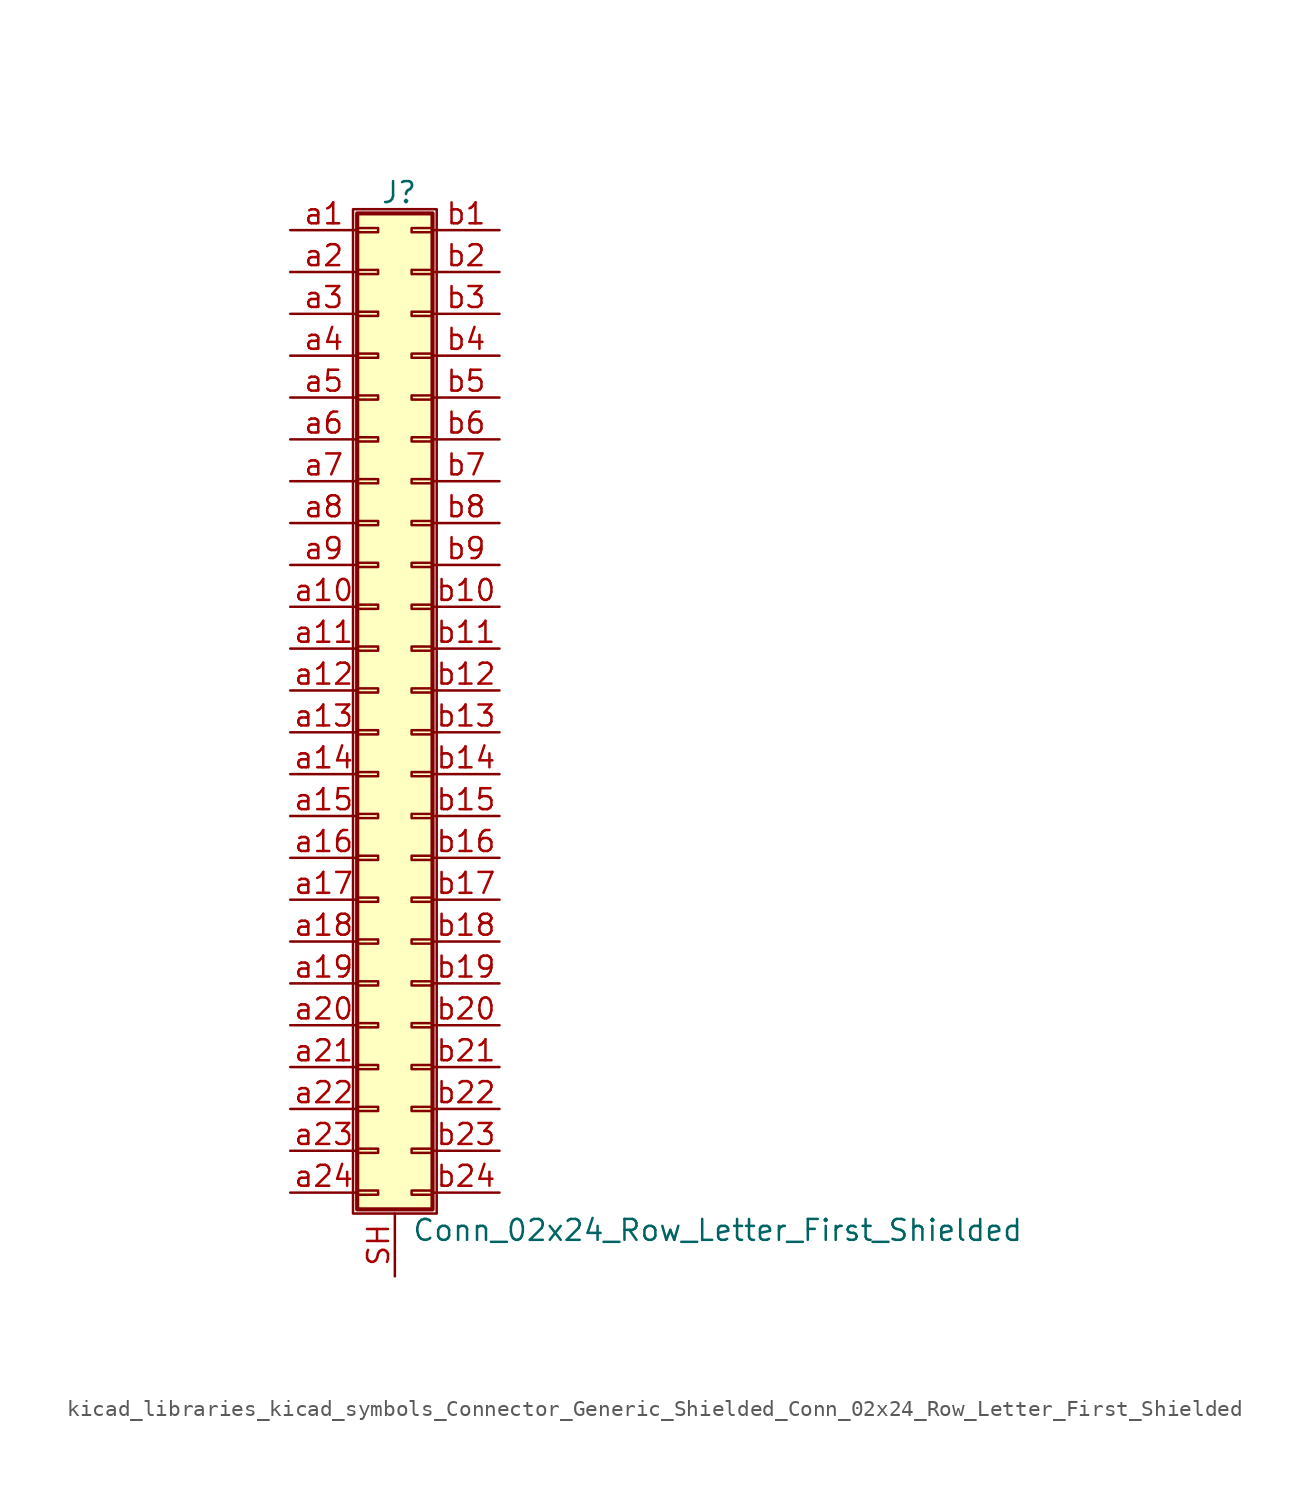
<source format=kicad_sym>
(kicad_symbol_lib
  (version 20220914)
  (generator kicad_symbol_editor)
  (symbol "kicad_libraries_kicad_symbols_Connector_Generic_Shielded_Conn_02x24_Row_Letter_First_Shielded"
    (pin_names
      (offset 1.016) hide)
    (property "Reference" "J"
      (at 1.524 30.226 0)
      (effects (font (size 1.27 1.27))))
    (property "Value" "Conn_02x24_Row_Letter_First_Shielded"
      (at 2.286 -32.766 0)
      (effects (font (size 1.27 1.27)) (justify left)))
    (symbol "kicad_libraries_kicad_symbols_Connector_Generic_Shielded_Conn_02x24_Row_Letter_First_Shielded_1_1"
      (rectangle (start -1.27 29.21) (end 3.81 -31.75) (stroke (width 0.152) (type default)) (fill (type none)))
      (rectangle (start -1.016 -30.353) (end 0.254 -30.607) (stroke (width 0.152) (type default)) (fill (type none)))
      (rectangle (start -1.016 -27.813) (end 0.254 -28.067) (stroke (width 0.152) (type default)) (fill (type none)))
      (rectangle (start -1.016 -25.273) (end 0.254 -25.527) (stroke (width 0.152) (type default)) (fill (type none)))
      (rectangle (start -1.016 -22.733) (end 0.254 -22.987) (stroke (width 0.152) (type default)) (fill (type none)))
      (rectangle (start -1.016 -20.193) (end 0.254 -20.447) (stroke (width 0.152) (type default)) (fill (type none)))
      (rectangle (start -1.016 -17.653) (end 0.254 -17.907) (stroke (width 0.152) (type default)) (fill (type none)))
      (rectangle (start -1.016 -15.113) (end 0.254 -15.367) (stroke (width 0.152) (type default)) (fill (type none)))
      (rectangle (start -1.016 -12.573) (end 0.254 -12.827) (stroke (width 0.152) (type default)) (fill (type none)))
      (rectangle (start -1.016 -10.033) (end 0.254 -10.287) (stroke (width 0.152) (type default)) (fill (type none)))
      (rectangle (start -1.016 -7.493) (end 0.254 -7.747) (stroke (width 0.152) (type default)) (fill (type none)))
      (rectangle (start -1.016 -4.953) (end 0.254 -5.207) (stroke (width 0.152) (type default)) (fill (type none)))
      (rectangle (start -1.016 -2.413) (end 0.254 -2.667) (stroke (width 0.152) (type default)) (fill (type none)))
      (rectangle (start -1.016 0.127) (end 0.254 -0.127) (stroke (width 0.152) (type default)) (fill (type none)))
      (rectangle (start -1.016 2.667) (end 0.254 2.413) (stroke (width 0.152) (type default)) (fill (type none)))
      (rectangle (start -1.016 5.207) (end 0.254 4.953) (stroke (width 0.152) (type default)) (fill (type none)))
      (rectangle (start -1.016 7.747) (end 0.254 7.493) (stroke (width 0.152) (type default)) (fill (type none)))
      (rectangle (start -1.016 10.287) (end 0.254 10.033) (stroke (width 0.152) (type default)) (fill (type none)))
      (rectangle (start -1.016 12.827) (end 0.254 12.573) (stroke (width 0.152) (type default)) (fill (type none)))
      (rectangle (start -1.016 15.367) (end 0.254 15.113) (stroke (width 0.152) (type default)) (fill (type none)))
      (rectangle (start -1.016 17.907) (end 0.254 17.653) (stroke (width 0.152) (type default)) (fill (type none)))
      (rectangle (start -1.016 20.447) (end 0.254 20.193) (stroke (width 0.152) (type default)) (fill (type none)))
      (rectangle (start -1.016 22.987) (end 0.254 22.733) (stroke (width 0.152) (type default)) (fill (type none)))
      (rectangle (start -1.016 25.527) (end 0.254 25.273) (stroke (width 0.152) (type default)) (fill (type none)))
      (rectangle (start -1.016 28.067) (end 0.254 27.813) (stroke (width 0.152) (type default)) (fill (type none)))
      (rectangle (start -1.016 28.956) (end 3.556 -31.496) (stroke (width 0.254) (type default)) (fill (type background)))
      (rectangle (start 3.556 -30.353) (end 2.286 -30.607) (stroke (width 0.152) (type default)) (fill (type none)))
      (rectangle (start 3.556 -27.813) (end 2.286 -28.067) (stroke (width 0.152) (type default)) (fill (type none)))
      (rectangle (start 3.556 -25.273) (end 2.286 -25.527) (stroke (width 0.152) (type default)) (fill (type none)))
      (rectangle (start 3.556 -22.733) (end 2.286 -22.987) (stroke (width 0.152) (type default)) (fill (type none)))
      (rectangle (start 3.556 -20.193) (end 2.286 -20.447) (stroke (width 0.152) (type default)) (fill (type none)))
      (rectangle (start 3.556 -17.653) (end 2.286 -17.907) (stroke (width 0.152) (type default)) (fill (type none)))
      (rectangle (start 3.556 -15.113) (end 2.286 -15.367) (stroke (width 0.152) (type default)) (fill (type none)))
      (rectangle (start 3.556 -12.573) (end 2.286 -12.827) (stroke (width 0.152) (type default)) (fill (type none)))
      (rectangle (start 3.556 -10.033) (end 2.286 -10.287) (stroke (width 0.152) (type default)) (fill (type none)))
      (rectangle (start 3.556 -7.493) (end 2.286 -7.747) (stroke (width 0.152) (type default)) (fill (type none)))
      (rectangle (start 3.556 -4.953) (end 2.286 -5.207) (stroke (width 0.152) (type default)) (fill (type none)))
      (rectangle (start 3.556 -2.413) (end 2.286 -2.667) (stroke (width 0.152) (type default)) (fill (type none)))
      (rectangle (start 3.556 0.127) (end 2.286 -0.127) (stroke (width 0.152) (type default)) (fill (type none)))
      (rectangle (start 3.556 2.667) (end 2.286 2.413) (stroke (width 0.152) (type default)) (fill (type none)))
      (rectangle (start 3.556 5.207) (end 2.286 4.953) (stroke (width 0.152) (type default)) (fill (type none)))
      (rectangle (start 3.556 7.747) (end 2.286 7.493) (stroke (width 0.152) (type default)) (fill (type none)))
      (rectangle (start 3.556 10.287) (end 2.286 10.033) (stroke (width 0.152) (type default)) (fill (type none)))
      (rectangle (start 3.556 12.827) (end 2.286 12.573) (stroke (width 0.152) (type default)) (fill (type none)))
      (rectangle (start 3.556 15.367) (end 2.286 15.113) (stroke (width 0.152) (type default)) (fill (type none)))
      (rectangle (start 3.556 17.907) (end 2.286 17.653) (stroke (width 0.152) (type default)) (fill (type none)))
      (rectangle (start 3.556 20.447) (end 2.286 20.193) (stroke (width 0.152) (type default)) (fill (type none)))
      (rectangle (start 3.556 22.987) (end 2.286 22.733) (stroke (width 0.152) (type default)) (fill (type none)))
      (rectangle (start 3.556 25.527) (end 2.286 25.273) (stroke (width 0.152) (type default)) (fill (type none)))
      (rectangle (start 3.556 28.067) (end 2.286 27.813) (stroke (width 0.152) (type default)) (fill (type none)))
      (pin passive line (at 1.27 -35.56 90) (length 3.81) (name "Shield" (effects (font (size 1.27 1.27)))) (number "SH" (effects (font (size 1.27 1.27)))))
      (pin passive line (at -5.08 27.94 0) (length 4.064) (name "Pin_a1" (effects (font (size 1.27 1.27)))) (number "a1" (effects (font (size 1.27 1.27)))))
      (pin passive line (at -5.08 5.08 0) (length 4.064) (name "Pin_a10" (effects (font (size 1.27 1.27)))) (number "a10" (effects (font (size 1.27 1.27)))))
      (pin passive line (at -5.08 2.54 0) (length 4.064) (name "Pin_a11" (effects (font (size 1.27 1.27)))) (number "a11" (effects (font (size 1.27 1.27)))))
      (pin passive line (at -5.08 0 0) (length 4.064) (name "Pin_a12" (effects (font (size 1.27 1.27)))) (number "a12" (effects (font (size 1.27 1.27)))))
      (pin passive line (at -5.08 -2.54 0) (length 4.064) (name "Pin_a13" (effects (font (size 1.27 1.27)))) (number "a13" (effects (font (size 1.27 1.27)))))
      (pin passive line (at -5.08 -5.08 0) (length 4.064) (name "Pin_a14" (effects (font (size 1.27 1.27)))) (number "a14" (effects (font (size 1.27 1.27)))))
      (pin passive line (at -5.08 -7.62 0) (length 4.064) (name "Pin_a15" (effects (font (size 1.27 1.27)))) (number "a15" (effects (font (size 1.27 1.27)))))
      (pin passive line (at -5.08 -10.16 0) (length 4.064) (name "Pin_a16" (effects (font (size 1.27 1.27)))) (number "a16" (effects (font (size 1.27 1.27)))))
      (pin passive line (at -5.08 -12.7 0) (length 4.064) (name "Pin_a17" (effects (font (size 1.27 1.27)))) (number "a17" (effects (font (size 1.27 1.27)))))
      (pin passive line (at -5.08 -15.24 0) (length 4.064) (name "Pin_a18" (effects (font (size 1.27 1.27)))) (number "a18" (effects (font (size 1.27 1.27)))))
      (pin passive line (at -5.08 -17.78 0) (length 4.064) (name "Pin_a19" (effects (font (size 1.27 1.27)))) (number "a19" (effects (font (size 1.27 1.27)))))
      (pin passive line (at -5.08 25.4 0) (length 4.064) (name "Pin_a2" (effects (font (size 1.27 1.27)))) (number "a2" (effects (font (size 1.27 1.27)))))
      (pin passive line (at -5.08 -20.32 0) (length 4.064) (name "Pin_a20" (effects (font (size 1.27 1.27)))) (number "a20" (effects (font (size 1.27 1.27)))))
      (pin passive line (at -5.08 -22.86 0) (length 4.064) (name "Pin_a21" (effects (font (size 1.27 1.27)))) (number "a21" (effects (font (size 1.27 1.27)))))
      (pin passive line (at -5.08 -25.4 0) (length 4.064) (name "Pin_a22" (effects (font (size 1.27 1.27)))) (number "a22" (effects (font (size 1.27 1.27)))))
      (pin passive line (at -5.08 -27.94 0) (length 4.064) (name "Pin_a23" (effects (font (size 1.27 1.27)))) (number "a23" (effects (font (size 1.27 1.27)))))
      (pin passive line (at -5.08 -30.48 0) (length 4.064) (name "Pin_a24" (effects (font (size 1.27 1.27)))) (number "a24" (effects (font (size 1.27 1.27)))))
      (pin passive line (at -5.08 22.86 0) (length 4.064) (name "Pin_a3" (effects (font (size 1.27 1.27)))) (number "a3" (effects (font (size 1.27 1.27)))))
      (pin passive line (at -5.08 20.32 0) (length 4.064) (name "Pin_a4" (effects (font (size 1.27 1.27)))) (number "a4" (effects (font (size 1.27 1.27)))))
      (pin passive line (at -5.08 17.78 0) (length 4.064) (name "Pin_a5" (effects (font (size 1.27 1.27)))) (number "a5" (effects (font (size 1.27 1.27)))))
      (pin passive line (at -5.08 15.24 0) (length 4.064) (name "Pin_a6" (effects (font (size 1.27 1.27)))) (number "a6" (effects (font (size 1.27 1.27)))))
      (pin passive line (at -5.08 12.7 0) (length 4.064) (name "Pin_a7" (effects (font (size 1.27 1.27)))) (number "a7" (effects (font (size 1.27 1.27)))))
      (pin passive line (at -5.08 10.16 0) (length 4.064) (name "Pin_a8" (effects (font (size 1.27 1.27)))) (number "a8" (effects (font (size 1.27 1.27)))))
      (pin passive line (at -5.08 7.62 0) (length 4.064) (name "Pin_a9" (effects (font (size 1.27 1.27)))) (number "a9" (effects (font (size 1.27 1.27)))))
      (pin passive line (at 7.62 27.94 180) (length 4.064) (name "Pin_b1" (effects (font (size 1.27 1.27)))) (number "b1" (effects (font (size 1.27 1.27)))))
      (pin passive line (at 7.62 5.08 180) (length 4.064) (name "Pin_b10" (effects (font (size 1.27 1.27)))) (number "b10" (effects (font (size 1.27 1.27)))))
      (pin passive line (at 7.62 2.54 180) (length 4.064) (name "Pin_b11" (effects (font (size 1.27 1.27)))) (number "b11" (effects (font (size 1.27 1.27)))))
      (pin passive line (at 7.62 0 180) (length 4.064) (name "Pin_b12" (effects (font (size 1.27 1.27)))) (number "b12" (effects (font (size 1.27 1.27)))))
      (pin passive line (at 7.62 -2.54 180) (length 4.064) (name "Pin_b13" (effects (font (size 1.27 1.27)))) (number "b13" (effects (font (size 1.27 1.27)))))
      (pin passive line (at 7.62 -5.08 180) (length 4.064) (name "Pin_b14" (effects (font (size 1.27 1.27)))) (number "b14" (effects (font (size 1.27 1.27)))))
      (pin passive line (at 7.62 -7.62 180) (length 4.064) (name "Pin_b15" (effects (font (size 1.27 1.27)))) (number "b15" (effects (font (size 1.27 1.27)))))
      (pin passive line (at 7.62 -10.16 180) (length 4.064) (name "Pin_b16" (effects (font (size 1.27 1.27)))) (number "b16" (effects (font (size 1.27 1.27)))))
      (pin passive line (at 7.62 -12.7 180) (length 4.064) (name "Pin_b17" (effects (font (size 1.27 1.27)))) (number "b17" (effects (font (size 1.27 1.27)))))
      (pin passive line (at 7.62 -15.24 180) (length 4.064) (name "Pin_b18" (effects (font (size 1.27 1.27)))) (number "b18" (effects (font (size 1.27 1.27)))))
      (pin passive line (at 7.62 -17.78 180) (length 4.064) (name "Pin_b19" (effects (font (size 1.27 1.27)))) (number "b19" (effects (font (size 1.27 1.27)))))
      (pin passive line (at 7.62 25.4 180) (length 4.064) (name "Pin_b2" (effects (font (size 1.27 1.27)))) (number "b2" (effects (font (size 1.27 1.27)))))
      (pin passive line (at 7.62 -20.32 180) (length 4.064) (name "Pin_b20" (effects (font (size 1.27 1.27)))) (number "b20" (effects (font (size 1.27 1.27)))))
      (pin passive line (at 7.62 -22.86 180) (length 4.064) (name "Pin_b21" (effects (font (size 1.27 1.27)))) (number "b21" (effects (font (size 1.27 1.27)))))
      (pin passive line (at 7.62 -25.4 180) (length 4.064) (name "Pin_b22" (effects (font (size 1.27 1.27)))) (number "b22" (effects (font (size 1.27 1.27)))))
      (pin passive line (at 7.62 -27.94 180) (length 4.064) (name "Pin_b23" (effects (font (size 1.27 1.27)))) (number "b23" (effects (font (size 1.27 1.27)))))
      (pin passive line (at 7.62 -30.48 180) (length 4.064) (name "Pin_b24" (effects (font (size 1.27 1.27)))) (number "b24" (effects (font (size 1.27 1.27)))))
      (pin passive line (at 7.62 22.86 180) (length 4.064) (name "Pin_b3" (effects (font (size 1.27 1.27)))) (number "b3" (effects (font (size 1.27 1.27)))))
      (pin passive line (at 7.62 20.32 180) (length 4.064) (name "Pin_b4" (effects (font (size 1.27 1.27)))) (number "b4" (effects (font (size 1.27 1.27)))))
      (pin passive line (at 7.62 17.78 180) (length 4.064) (name "Pin_b5" (effects (font (size 1.27 1.27)))) (number "b5" (effects (font (size 1.27 1.27)))))
      (pin passive line (at 7.62 15.24 180) (length 4.064) (name "Pin_b6" (effects (font (size 1.27 1.27)))) (number "b6" (effects (font (size 1.27 1.27)))))
      (pin passive line (at 7.62 12.7 180) (length 4.064) (name "Pin_b7" (effects (font (size 1.27 1.27)))) (number "b7" (effects (font (size 1.27 1.27)))))
      (pin passive line (at 7.62 10.16 180) (length 4.064) (name "Pin_b8" (effects (font (size 1.27 1.27)))) (number "b8" (effects (font (size 1.27 1.27)))))
      (pin passive line (at 7.62 7.62 180) (length 4.064) (name "Pin_b9" (effects (font (size 1.27 1.27)))) (number "b9" (effects (font (size 1.27 1.27))))))))
</source>
